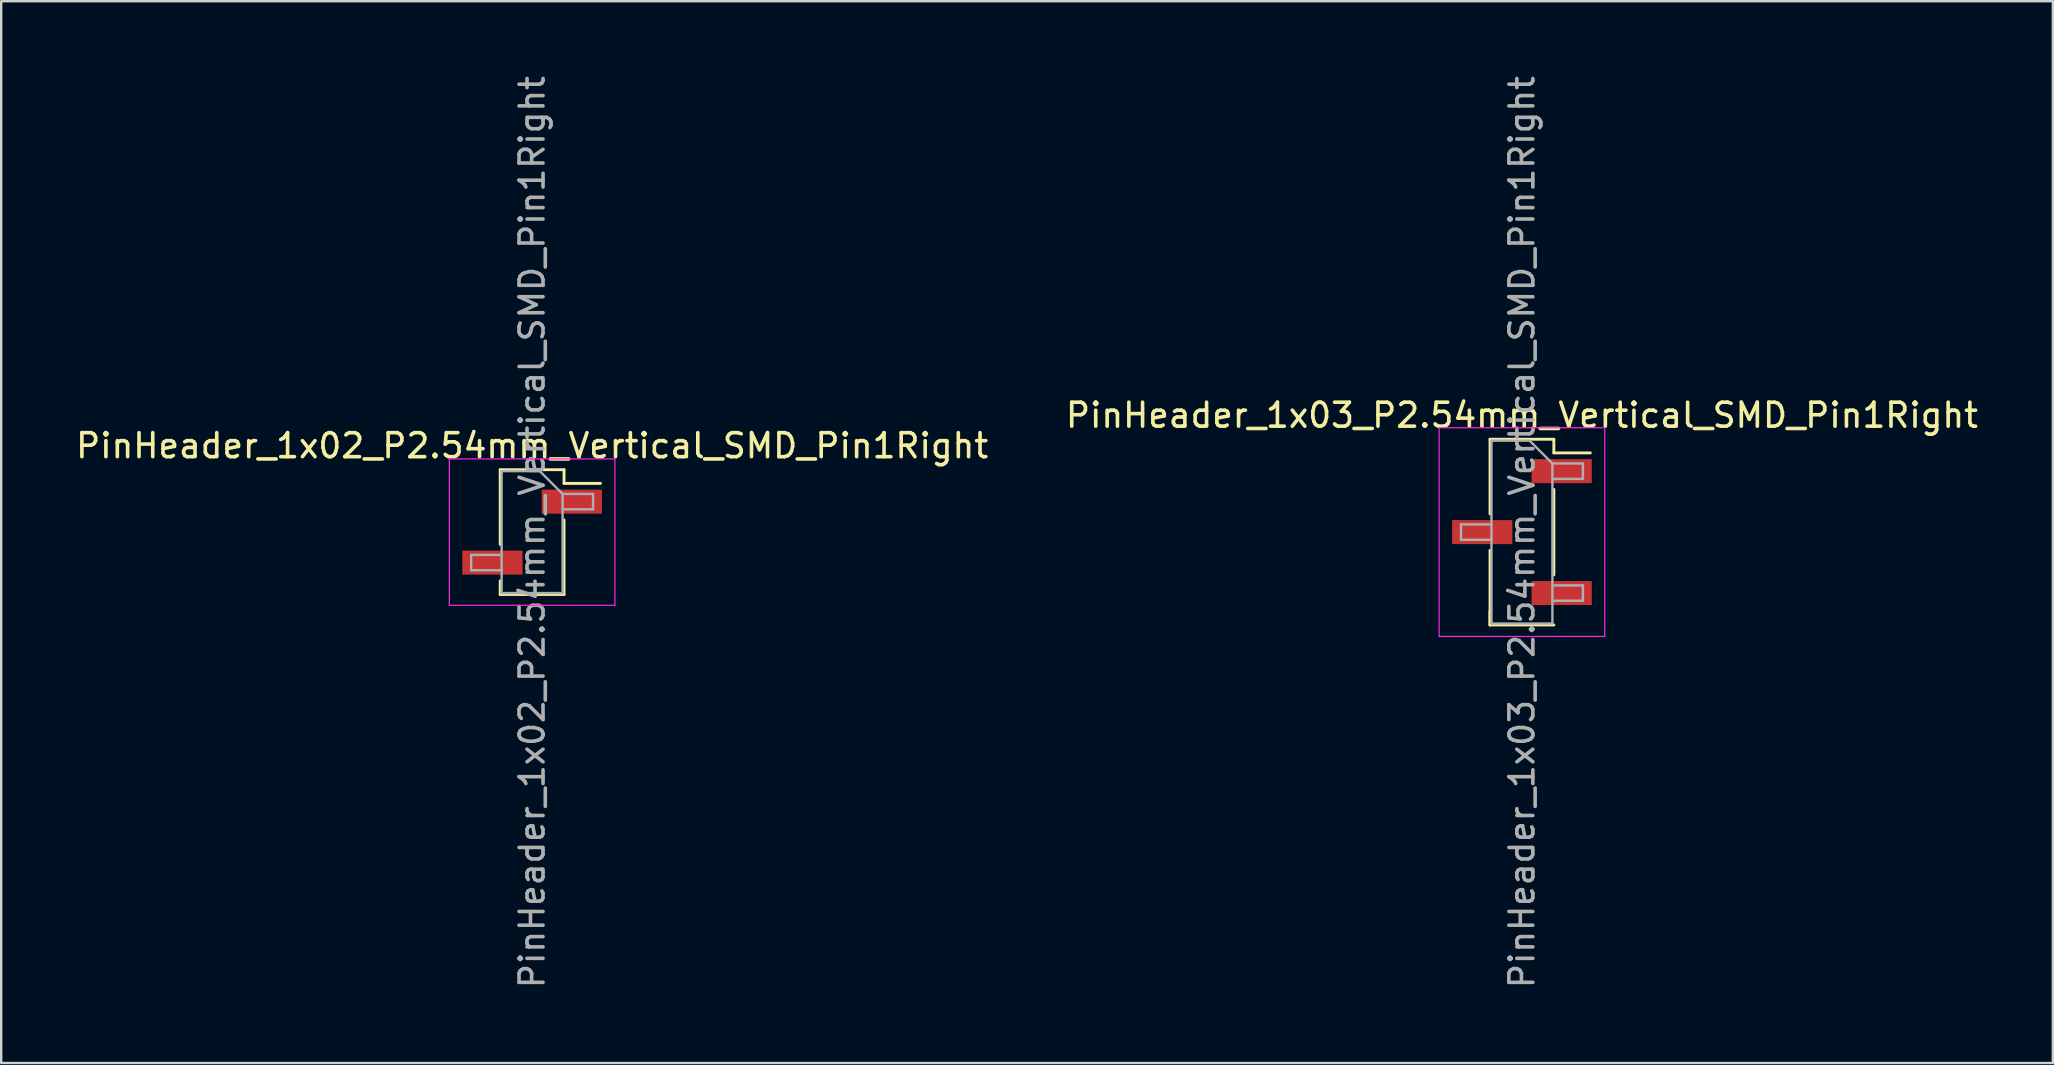
<source format=kicad_pcb>
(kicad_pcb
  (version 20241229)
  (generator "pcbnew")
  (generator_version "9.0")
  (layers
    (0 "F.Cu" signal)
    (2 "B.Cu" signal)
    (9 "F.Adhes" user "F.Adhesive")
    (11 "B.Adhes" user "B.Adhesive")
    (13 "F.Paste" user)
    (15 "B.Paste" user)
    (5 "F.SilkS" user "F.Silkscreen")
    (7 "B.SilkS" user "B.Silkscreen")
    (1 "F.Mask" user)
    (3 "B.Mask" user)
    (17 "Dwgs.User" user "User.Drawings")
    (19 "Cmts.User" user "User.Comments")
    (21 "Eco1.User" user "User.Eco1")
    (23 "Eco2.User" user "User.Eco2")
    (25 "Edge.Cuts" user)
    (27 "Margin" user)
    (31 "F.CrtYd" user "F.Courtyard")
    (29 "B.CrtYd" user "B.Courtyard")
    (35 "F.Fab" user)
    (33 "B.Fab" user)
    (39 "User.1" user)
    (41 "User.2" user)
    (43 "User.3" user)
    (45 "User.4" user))
  (footprint "PinHeader_1x03_P2.54mm_Vertical_SMD_Pin1Right"
    (layer "F.Cu")
    (at 60.375 19.125)
    (property "Reference" "PinHeader_1x03_P2.54mm_Vertical_SMD_Pin1Right" (at 0 -4.87 0) (layer "F.SilkS") (effects (font (size 1 1) (thickness 0.15))))
    (attr smd)
    (fp_line (start -1.33 -3.87) (end -1.33 -0.76) (stroke (width 0.12) (type solid)) (layer "F.SilkS"))
    (fp_line (start -1.33 -3.87) (end 1.33 -3.87) (stroke (width 0.12) (type solid)) (layer "F.SilkS"))
    (fp_line (start -1.33 0.76) (end -1.33 3.87) (stroke (width 0.12) (type solid)) (layer "F.SilkS"))
    (fp_line (start -1.33 3.3) (end -1.33 3.87) (stroke (width 0.12) (type solid)) (layer "F.SilkS"))
    (fp_line (start -1.33 3.87) (end 1.33 3.87) (stroke (width 0.12) (type solid)) (layer "F.SilkS"))
    (fp_line (start 1.33 -3.87) (end 1.33 -3.3) (stroke (width 0.12) (type solid)) (layer "F.SilkS"))
    (fp_line (start 1.33 -3.3) (end 2.85 -3.3) (stroke (width 0.12) (type solid)) (layer "F.SilkS"))
    (fp_line (start 1.33 -1.78) (end 1.33 1.78) (stroke (width 0.12) (type solid)) (layer "F.SilkS"))
    (fp_line (start -3.45 -4.35) (end -3.45 4.35) (stroke (width 0.05) (type solid)) (layer "F.CrtYd"))
    (fp_line (start -3.45 4.35) (end 3.45 4.35) (stroke (width 0.05) (type solid)) (layer "F.CrtYd"))
    (fp_line (start 3.45 -4.35) (end -3.45 -4.35) (stroke (width 0.05) (type solid)) (layer "F.CrtYd"))
    (fp_line (start 3.45 4.35) (end 3.45 -4.35) (stroke (width 0.05) (type solid)) (layer "F.CrtYd"))
    (fp_line (start -2.54 -0.32) (end -2.54 0.32) (stroke (width 0.1) (type solid)) (layer "F.Fab"))
    (fp_line (start -2.54 0.32) (end -1.27 0.32) (stroke (width 0.1) (type solid)) (layer "F.Fab"))
    (fp_line (start -1.27 -3.81) (end -1.27 3.81) (stroke (width 0.1) (type solid)) (layer "F.Fab"))
    (fp_line (start -1.27 -3.81) (end 0.32 -3.81) (stroke (width 0.1) (type solid)) (layer "F.Fab"))
    (fp_line (start -1.27 -0.32) (end -2.54 -0.32) (stroke (width 0.1) (type solid)) (layer "F.Fab"))
    (fp_line (start 1.27 -2.86) (end 0.32 -3.81) (stroke (width 0.1) (type solid)) (layer "F.Fab"))
    (fp_line (start 1.27 -2.86) (end 2.54 -2.86) (stroke (width 0.1) (type solid)) (layer "F.Fab"))
    (fp_line (start 1.27 2.22) (end 2.54 2.22) (stroke (width 0.1) (type solid)) (layer "F.Fab"))
    (fp_line (start 1.27 3.81) (end -1.27 3.81) (stroke (width 0.1) (type solid)) (layer "F.Fab"))
    (fp_line (start 1.27 3.81) (end 1.27 -2.86) (stroke (width 0.1) (type solid)) (layer "F.Fab"))
    (fp_line (start 2.54 -2.86) (end 2.54 -2.22) (stroke (width 0.1) (type solid)) (layer "F.Fab"))
    (fp_line (start 2.54 -2.22) (end 1.27 -2.22) (stroke (width 0.1) (type solid)) (layer "F.Fab"))
    (fp_line (start 2.54 2.22) (end 2.54 2.86) (stroke (width 0.1) (type solid)) (layer "F.Fab"))
    (fp_line (start 2.54 2.86) (end 1.27 2.86) (stroke (width 0.1) (type solid)) (layer "F.Fab"))
    (fp_text user "${REFERENCE}" (at 0 0 90) (layer "F.Fab") (effects (font (size 1 1) (thickness 0.15))))
    (pad "1" smd rect (at 1.655 -2.54) (size 2.51 1) (layers "F.Cu" "F.Mask" "F.Paste"))
    (pad "2" smd rect (at -1.655 0) (size 2.51 1) (layers "F.Cu" "F.Mask" "F.Paste"))
    (pad "3" smd rect (at 1.655 2.54) (size 2.51 1) (layers "F.Cu" "F.Mask" "F.Paste")))
  (footprint "PinHeader_1x02_P2.54mm_Vertical_SMD_Pin1Right"
    (layer "F.Cu")
    (at 19.125 19.125)
    (property "Reference" "PinHeader_1x02_P2.54mm_Vertical_SMD_Pin1Right" (at 0 -3.6 0) (layer "F.SilkS") (effects (font (size 1 1) (thickness 0.15))))
    (attr smd)
    (fp_line (start -1.33 -2.6) (end -1.33 0.51) (stroke (width 0.12) (type solid)) (layer "F.SilkS"))
    (fp_line (start -1.33 -2.6) (end 1.33 -2.6) (stroke (width 0.12) (type solid)) (layer "F.SilkS"))
    (fp_line (start -1.33 2.03) (end -1.33 2.6) (stroke (width 0.12) (type solid)) (layer "F.SilkS"))
    (fp_line (start -1.33 2.6) (end 1.33 2.6) (stroke (width 0.12) (type solid)) (layer "F.SilkS"))
    (fp_line (start 1.33 -2.6) (end 1.33 -2.03) (stroke (width 0.12) (type solid)) (layer "F.SilkS"))
    (fp_line (start 1.33 -2.03) (end 2.85 -2.03) (stroke (width 0.12) (type solid)) (layer "F.SilkS"))
    (fp_line (start 1.33 -0.51) (end 1.33 2.6) (stroke (width 0.12) (type solid)) (layer "F.SilkS"))
    (fp_line (start -3.45 -3.05) (end -3.45 3.05) (stroke (width 0.05) (type solid)) (layer "F.CrtYd"))
    (fp_line (start -3.45 3.05) (end 3.45 3.05) (stroke (width 0.05) (type solid)) (layer "F.CrtYd"))
    (fp_line (start 3.45 -3.05) (end -3.45 -3.05) (stroke (width 0.05) (type solid)) (layer "F.CrtYd"))
    (fp_line (start 3.45 3.05) (end 3.45 -3.05) (stroke (width 0.05) (type solid)) (layer "F.CrtYd"))
    (fp_line (start -2.54 0.95) (end -2.54 1.59) (stroke (width 0.1) (type solid)) (layer "F.Fab"))
    (fp_line (start -2.54 1.59) (end -1.27 1.59) (stroke (width 0.1) (type solid)) (layer "F.Fab"))
    (fp_line (start -1.27 -2.54) (end -1.27 2.54) (stroke (width 0.1) (type solid)) (layer "F.Fab"))
    (fp_line (start -1.27 -2.54) (end 0.32 -2.54) (stroke (width 0.1) (type solid)) (layer "F.Fab"))
    (fp_line (start -1.27 0.95) (end -2.54 0.95) (stroke (width 0.1) (type solid)) (layer "F.Fab"))
    (fp_line (start 1.27 -1.59) (end 0.32 -2.54) (stroke (width 0.1) (type solid)) (layer "F.Fab"))
    (fp_line (start 1.27 -1.59) (end 2.54 -1.59) (stroke (width 0.1) (type solid)) (layer "F.Fab"))
    (fp_line (start 1.27 2.54) (end -1.27 2.54) (stroke (width 0.1) (type solid)) (layer "F.Fab"))
    (fp_line (start 1.27 2.54) (end 1.27 -1.59) (stroke (width 0.1) (type solid)) (layer "F.Fab"))
    (fp_line (start 2.54 -1.59) (end 2.54 -0.95) (stroke (width 0.1) (type solid)) (layer "F.Fab"))
    (fp_line (start 2.54 -0.95) (end 1.27 -0.95) (stroke (width 0.1) (type solid)) (layer "F.Fab"))
    (fp_text user "${REFERENCE}" (at 0 0 90) (layer "F.Fab") (effects (font (size 1 1) (thickness 0.15))))
    (pad "1" smd rect (at 1.655 -1.27) (size 2.51 1) (layers "F.Cu" "F.Mask" "F.Paste"))
    (pad "2" smd rect (at -1.655 1.27) (size 2.51 1) (layers "F.Cu" "F.Mask" "F.Paste")))
  (gr_rect
    (start -3 -3)
    (end 82.5 41.25)
    (stroke (width 0.1) (type default))
    (fill no)
    (layer "Edge.Cuts")))
</source>
